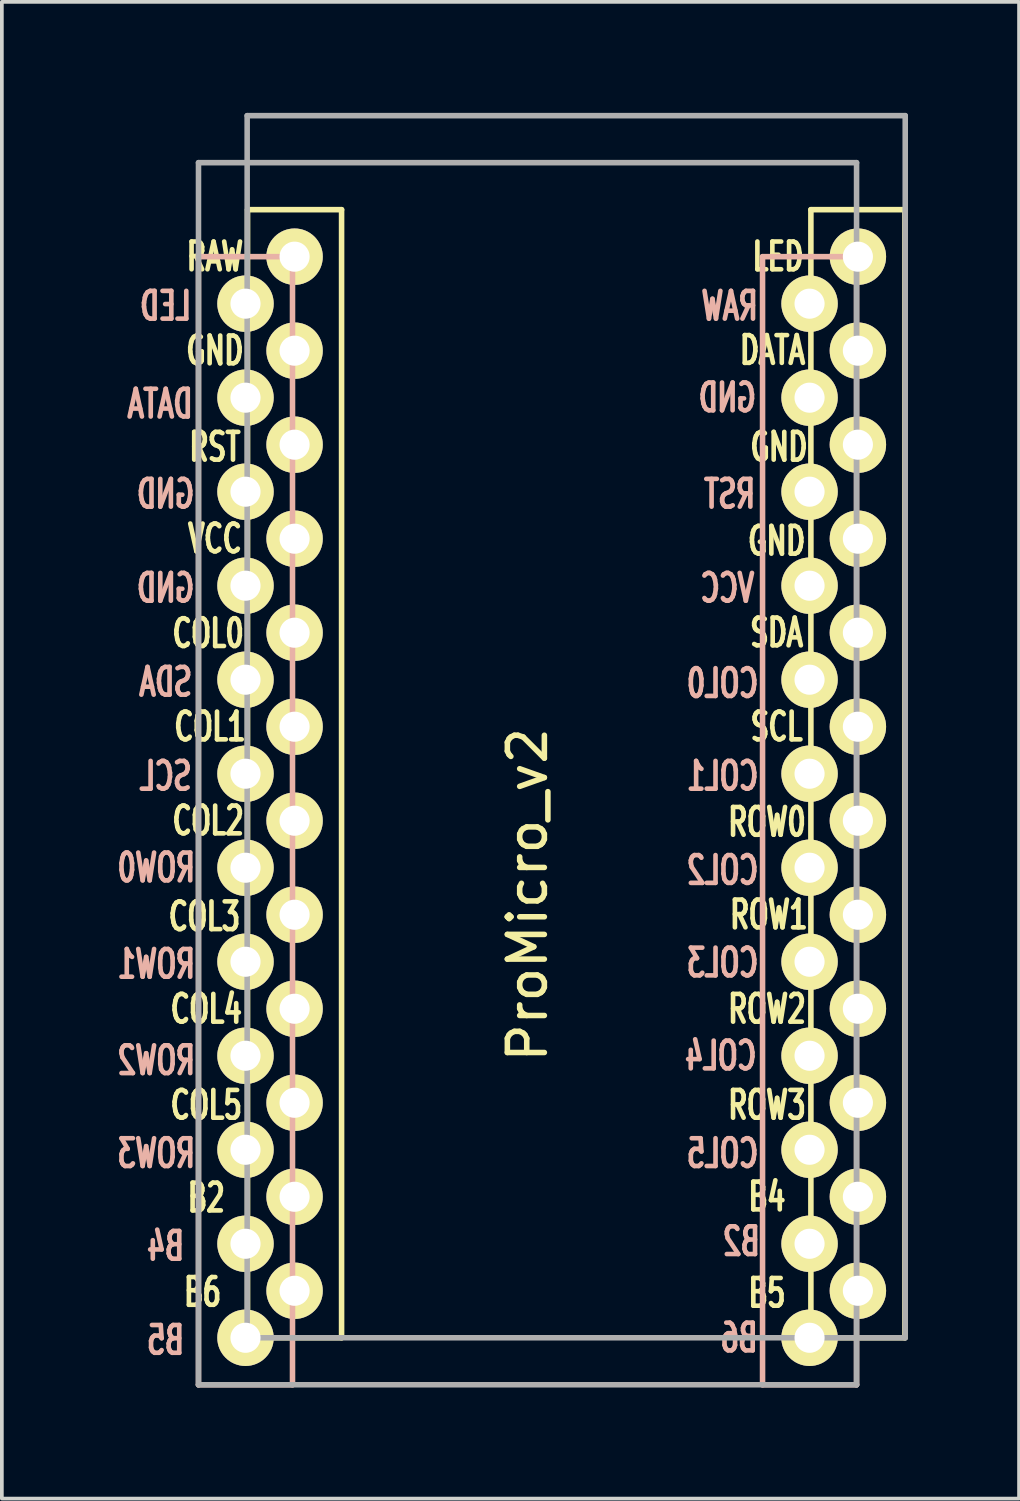
<source format=kicad_pcb>
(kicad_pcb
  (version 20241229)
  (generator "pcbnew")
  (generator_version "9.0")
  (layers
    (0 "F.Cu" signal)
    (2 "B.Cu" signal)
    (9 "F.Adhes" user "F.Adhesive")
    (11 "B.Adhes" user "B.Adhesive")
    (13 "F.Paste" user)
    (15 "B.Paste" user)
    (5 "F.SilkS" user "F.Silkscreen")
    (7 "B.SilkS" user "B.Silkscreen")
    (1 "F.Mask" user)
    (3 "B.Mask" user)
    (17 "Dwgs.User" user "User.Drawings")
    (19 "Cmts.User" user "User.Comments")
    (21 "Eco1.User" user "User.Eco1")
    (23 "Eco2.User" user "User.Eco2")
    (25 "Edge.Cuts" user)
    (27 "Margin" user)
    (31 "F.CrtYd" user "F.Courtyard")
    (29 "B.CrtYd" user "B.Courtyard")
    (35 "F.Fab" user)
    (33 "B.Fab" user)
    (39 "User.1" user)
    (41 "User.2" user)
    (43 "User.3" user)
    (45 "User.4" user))
  (footprint "ProMicro_v2"
    (layer "F.Cu")
    (at 12.473 18.363)
    (property "Reference" "ProMicro_v2" (at -1.27 2.762 270) (layer "F.SilkS") (effects (font (size 1 1) (thickness 0.15))))
    (attr through_hole)
    (fp_line (start -8.834 -15.748) (end -6.294 -15.748) (stroke (width 0.15) (type solid)) (layer "F.SilkS"))
    (fp_line (start -8.834 14.732) (end -8.834 -15.748) (stroke (width 0.15) (type solid)) (layer "F.SilkS"))
    (fp_line (start -6.294 -15.748) (end -6.294 14.732) (stroke (width 0.15) (type solid)) (layer "F.SilkS"))
    (fp_line (start -6.294 14.732) (end -8.834 14.732) (stroke (width 0.15) (type solid)) (layer "F.SilkS"))
    (fp_line (start 6.386 -15.748) (end 8.926 -15.748) (stroke (width 0.15) (type solid)) (layer "F.SilkS"))
    (fp_line (start 6.386 14.732) (end 6.386 -15.748) (stroke (width 0.15) (type solid)) (layer "F.SilkS"))
    (fp_line (start 8.926 -15.748) (end 8.926 14.732) (stroke (width 0.15) (type solid)) (layer "F.SilkS"))
    (fp_line (start 8.926 14.732) (end 6.386 14.732) (stroke (width 0.15) (type solid)) (layer "F.SilkS"))
    (fp_line (start -10.16 -14.478) (end -7.62 -14.478) (stroke (width 0.15) (type solid)) (layer "B.SilkS"))
    (fp_line (start -10.16 16.002) (end -10.16 -14.478) (stroke (width 0.15) (type solid)) (layer "B.SilkS"))
    (fp_line (start -7.62 -14.478) (end -7.62 16.002) (stroke (width 0.15) (type solid)) (layer "B.SilkS"))
    (fp_line (start -7.62 16.002) (end -10.16 16.002) (stroke (width 0.15) (type solid)) (layer "B.SilkS"))
    (fp_line (start 5.08 -14.478) (end 7.62 -14.478) (stroke (width 0.15) (type solid)) (layer "B.SilkS"))
    (fp_line (start 5.08 16.002) (end 5.08 -14.478) (stroke (width 0.15) (type solid)) (layer "B.SilkS"))
    (fp_line (start 7.62 -14.478) (end 7.62 16.002) (stroke (width 0.15) (type solid)) (layer "B.SilkS"))
    (fp_line (start 7.62 16.002) (end 5.08 16.002) (stroke (width 0.15) (type solid)) (layer "B.SilkS"))
    (fp_line (start -10.16 -17.018) (end 7.62 -17.018) (stroke (width 0.15) (type solid)) (layer "F.Fab"))
    (fp_line (start -10.16 16.002) (end -10.16 -17.018) (stroke (width 0.15) (type solid)) (layer "F.Fab"))
    (fp_line (start -8.845 -18.288) (end 8.935 -18.288) (stroke (width 0.15) (type solid)) (layer "F.Fab"))
    (fp_line (start -8.845 14.732) (end -8.845 -18.288) (stroke (width 0.15) (type solid)) (layer "F.Fab"))
    (fp_line (start 7.62 -17.018) (end 7.62 16.002) (stroke (width 0.15) (type solid)) (layer "F.Fab"))
    (fp_line (start 7.62 16.002) (end -10.16 16.002) (stroke (width 0.15) (type solid)) (layer "F.Fab"))
    (fp_line (start 8.935 -18.288) (end 8.935 14.732) (stroke (width 0.15) (type solid)) (layer "F.Fab"))
    (fp_line (start 8.935 14.732) (end -8.845 14.732) (stroke (width 0.15) (type solid)) (layer "F.Fab"))
    (fp_text user "SDA" (at 5.461 -4.318 0) (layer "F.SilkS") (effects (font (size 0.75 0.5) (thickness 0.125))))
    (fp_text user "ROW3" (at 5.2 8.445 0) (layer "F.SilkS") (effects (font (size 0.75 0.5) (thickness 0.125))))
    (fp_text user "COL4" (at -9.95 5.85 0) (layer "F.SilkS") (effects (font (size 0.75 0.5) (thickness 0.125))))
    (fp_text user "B5" (at 5.2 13.525 0) (layer "F.SilkS") (effects (font (size 0.75 0.5) (thickness 0.125))))
    (fp_text user "B6" (at -10.05 13.5 0) (layer "F.SilkS") (effects (font (size 0.75 0.5) (thickness 0.125))))
    (fp_text user "ROW2" (at 5.2 5.85 0) (layer "F.SilkS") (effects (font (size 0.75 0.5) (thickness 0.125))))
    (fp_text user "RST" (at -9.716 -9.335 0) (layer "F.SilkS") (effects (font (size 0.75 0.5) (thickness 0.125))))
    (fp_text user "COL5" (at -9.95 8.445 0) (layer "F.SilkS") (effects (font (size 0.75 0.5) (thickness 0.125))))
    (fp_text user "B2" (at -9.95 10.95 0) (layer "F.SilkS") (effects (font (size 0.75 0.5) (thickness 0.125))))
    (fp_text user "COL1" (at -9.85 -1.778 0) (layer "F.SilkS") (effects (font (size 0.75 0.5) (thickness 0.125))))
    (fp_text user "ROW1" (at 5.25 3.302 0) (layer "F.SilkS") (effects (font (size 0.75 0.5) (thickness 0.125))))
    (fp_text user "GND" (at 5.524 -9.335 0) (layer "F.SilkS") (effects (font (size 0.75 0.5) (thickness 0.125))))
    (fp_text user "B4" (at 5.2 10.922 0) (layer "F.SilkS") (effects (font (size 0.75 0.5) (thickness 0.125))))
    (fp_text user "RAW" (at -9.716 -14.478 0) (layer "F.SilkS") (effects (font (size 0.75 0.5) (thickness 0.125))))
    (fp_text user "DATA" (at 5.35 -11.95 0) (layer "F.SilkS") (effects (font (size 0.75 0.5) (thickness 0.125))))
    (fp_text user "COL3" (at -10 3.35 0) (layer "F.SilkS") (effects (font (size 0.75 0.5) (thickness 0.125))))
    (fp_text user "SCL" (at 5.461 -1.778 0) (layer "F.SilkS") (effects (font (size 0.75 0.5) (thickness 0.125))))
    (fp_text user "COL2" (at -9.9 0.762 0) (layer "F.SilkS") (effects (font (size 0.75 0.5) (thickness 0.125))))
    (fp_text user "VCC" (at -9.716 -6.858 0) (layer "F.SilkS") (effects (font (size 0.75 0.5) (thickness 0.125))))
    (fp_text user "GND" (at -9.716 -11.938 0) (layer "F.SilkS") (effects (font (size 0.75 0.5) (thickness 0.125))))
    (fp_text user "LED" (at 5.5 -14.478 0) (layer "F.SilkS") (effects (font (size 0.75 0.5) (thickness 0.125))))
    (fp_text user "ROW0" (at 5.2 0.8 0) (layer "F.SilkS") (effects (font (size 0.75 0.5) (thickness 0.125))))
    (fp_text user "COL0" (at -9.9 -4.3 0) (layer "F.SilkS") (effects (font (size 0.75 0.5) (thickness 0.125))))
    (fp_text user "" (at -0.5 -17.25 0) (layer "F.SilkS") (effects (font (size 1 1) (thickness 0.15))))
    (fp_text user "GND" (at 5.461 -6.795 0) (layer "F.SilkS") (effects (font (size 0.75 0.5) (thickness 0.125))))
    (fp_text user "COL5" (at 4 9.75 0) (layer "B.SilkS") (effects (font (size 0.75 0.5) (thickness 0.125)) (justify mirror)))
    (fp_text user "B6" (at 4.445 14.732 0) (layer "B.SilkS") (effects (font (size 0.75 0.5) (thickness 0.125)) (justify mirror)))
    (fp_text user "ROW2" (at -11.3 7.239 0) (layer "B.SilkS") (effects (font (size 0.75 0.5) (thickness 0.125)) (justify mirror)))
    (fp_text user "GND" (at -11.049 -5.524 0) (layer "B.SilkS") (effects (font (size 0.75 0.5) (thickness 0.125)) (justify mirror)))
    (fp_text user "RAW" (at 4.191 -13.145 0) (layer "B.SilkS") (effects (font (size 0.75 0.5) (thickness 0.125)) (justify mirror)))
    (fp_text user "VCC" (at 4.128 -5.524 0) (layer "B.SilkS") (effects (font (size 0.75 0.5) (thickness 0.125)) (justify mirror)))
    (fp_text user "COL0" (at 4 -2.95 0) (layer "B.SilkS") (effects (font (size 0.75 0.5) (thickness 0.125)) (justify mirror)))
    (fp_text user "GND" (at -11.049 -8.065 0) (layer "B.SilkS") (effects (font (size 0.75 0.5) (thickness 0.125)) (justify mirror)))
    (fp_text user "COL1" (at 4 -0.445 0) (layer "B.SilkS") (effects (font (size 0.75 0.5) (thickness 0.125)) (justify mirror)))
    (fp_text user "ROW3" (at -11.3 9.75 0) (layer "B.SilkS") (effects (font (size 0.75 0.5) (thickness 0.125)) (justify mirror)))
    (fp_text user "SCL" (at -11.049 -0.445 0) (layer "B.SilkS") (effects (font (size 0.75 0.5) (thickness 0.125)) (justify mirror)))
    (fp_text user "ROW0" (at -11.3 2.032 0) (layer "B.SilkS") (effects (font (size 0.75 0.5) (thickness 0.125)) (justify mirror)))
    (fp_text user "RST" (at 4.191 -8.065 0) (layer "B.SilkS") (effects (font (size 0.75 0.5) (thickness 0.125)) (justify mirror)))
    (fp_text user "SDA" (at -11.049 -2.985 0) (layer "B.SilkS") (effects (font (size 0.75 0.5) (thickness 0.125)) (justify mirror)))
    (fp_text user "COL4" (at 3.95 7.112 0) (layer "B.SilkS") (effects (font (size 0.75 0.5) (thickness 0.125)) (justify mirror)))
    (fp_text user "COL3" (at 4 4.6 0) (layer "B.SilkS") (effects (font (size 0.75 0.5) (thickness 0.125)) (justify mirror)))
    (fp_text user "B4" (at -11.049 12.255 0) (layer "B.SilkS") (effects (font (size 0.75 0.5) (thickness 0.125)) (justify mirror)))
    (fp_text user "B2" (at 4.508 12.129 0) (layer "B.SilkS") (effects (font (size 0.75 0.5) (thickness 0.125)) (justify mirror)))
    (fp_text user "LED" (at -11.049 -13.145 0) (layer "B.SilkS") (effects (font (size 0.75 0.5) (thickness 0.125)) (justify mirror)))
    (fp_text user "GND" (at 4.128 -10.668 0) (layer "B.SilkS") (effects (font (size 0.75 0.5) (thickness 0.125)) (justify mirror)))
    (fp_text user "ROW1" (at -11.3 4.636 0) (layer "B.SilkS") (effects (font (size 0.75 0.5) (thickness 0.125)) (justify mirror)))
    (fp_text user "COL2" (at 4 2.1 0) (layer "B.SilkS") (effects (font (size 0.75 0.5) (thickness 0.125)) (justify mirror)))
    (fp_text user "B5" (at -11.049 14.796 0) (layer "B.SilkS") (effects (font (size 0.75 0.5) (thickness 0.125)) (justify mirror)))
    (fp_text user "DATA" (at -11.2 -10.5 0) (layer "B.SilkS") (effects (font (size 0.75 0.5) (thickness 0.125)) (justify mirror)))
    (fp_text user "" (at -1.206 -16.256 0) (layer "B.SilkS") (effects (font (size 1 1) (thickness 0.15)) (justify mirror)))
    (pad "1" thru_hole circle (at -8.89 -13.208) (size 1.524 1.524) (drill 0.813) (layers "*.Cu" "*.Mask" "F.SilkS"))
    (pad "1" thru_hole circle (at 7.656 -14.478) (size 1.524 1.524) (drill 0.813) (layers "*.Cu" "*.Mask" "F.SilkS"))
    (pad "2" thru_hole circle (at -8.89 -10.668) (size 1.524 1.524) (drill 0.813) (layers "*.Cu" "*.Mask" "F.SilkS"))
    (pad "2" thru_hole circle (at 7.656 -11.938) (size 1.524 1.524) (drill 0.813) (layers "*.Cu" "*.Mask" "F.SilkS"))
    (pad "3" thru_hole circle (at -8.89 -8.128) (size 1.524 1.524) (drill 0.813) (layers "*.Cu" "*.Mask" "F.SilkS"))
    (pad "3" thru_hole circle (at 7.656 -9.398) (size 1.524 1.524) (drill 0.813) (layers "*.Cu" "*.Mask" "F.SilkS"))
    (pad "4" thru_hole circle (at -8.89 -5.588) (size 1.524 1.524) (drill 0.813) (layers "*.Cu" "*.Mask" "F.SilkS"))
    (pad "4" thru_hole circle (at 7.656 -6.858) (size 1.524 1.524) (drill 0.813) (layers "*.Cu" "*.Mask" "F.SilkS"))
    (pad "5" thru_hole circle (at -8.89 -3.048) (size 1.524 1.524) (drill 0.813) (layers "*.Cu" "*.Mask" "F.SilkS"))
    (pad "5" thru_hole circle (at 7.656 -4.318) (size 1.524 1.524) (drill 0.813) (layers "*.Cu" "*.Mask" "F.SilkS"))
    (pad "6" thru_hole circle (at -8.89 -0.508) (size 1.524 1.524) (drill 0.813) (layers "*.Cu" "*.Mask" "F.SilkS"))
    (pad "6" thru_hole circle (at 7.656 -1.778) (size 1.524 1.524) (drill 0.813) (layers "*.Cu" "*.Mask" "F.SilkS"))
    (pad "7" thru_hole circle (at -8.89 2.032) (size 1.524 1.524) (drill 0.813) (layers "*.Cu" "*.Mask" "F.SilkS"))
    (pad "7" thru_hole circle (at 7.656 0.762) (size 1.524 1.524) (drill 0.813) (layers "*.Cu" "*.Mask" "F.SilkS"))
    (pad "8" thru_hole circle (at -8.89 4.572) (size 1.524 1.524) (drill 0.813) (layers "*.Cu" "*.Mask" "F.SilkS"))
    (pad "8" thru_hole circle (at 7.656 3.302) (size 1.524 1.524) (drill 0.813) (layers "*.Cu" "*.Mask" "F.SilkS"))
    (pad "9" thru_hole circle (at -8.89 7.112) (size 1.524 1.524) (drill 0.813) (layers "*.Cu" "*.Mask" "F.SilkS"))
    (pad "9" thru_hole circle (at 7.656 5.842) (size 1.524 1.524) (drill 0.813) (layers "*.Cu" "*.Mask" "F.SilkS"))
    (pad "10" thru_hole circle (at -8.89 9.652) (size 1.524 1.524) (drill 0.813) (layers "*.Cu" "*.Mask" "F.SilkS"))
    (pad "10" thru_hole circle (at 7.656 8.382) (size 1.524 1.524) (drill 0.813) (layers "*.Cu" "*.Mask" "F.SilkS"))
    (pad "11" thru_hole circle (at -8.89 12.192) (size 1.524 1.524) (drill 0.813) (layers "*.Cu" "*.Mask" "F.SilkS"))
    (pad "11" thru_hole circle (at 7.656 10.922) (size 1.524 1.524) (drill 0.813) (layers "*.Cu" "*.Mask" "F.SilkS"))
    (pad "12" thru_hole circle (at -8.89 14.732) (size 1.524 1.524) (drill 0.813) (layers "*.Cu" "*.Mask" "F.SilkS"))
    (pad "12" thru_hole circle (at 7.656 13.462) (size 1.524 1.524) (drill 0.813) (layers "*.Cu" "*.Mask" "F.SilkS"))
    (pad "13" thru_hole circle (at -7.564 13.462) (size 1.524 1.524) (drill 0.813) (layers "*.Cu" "*.Mask" "F.SilkS"))
    (pad "13" thru_hole circle (at 6.35 14.732) (size 1.524 1.524) (drill 0.813) (layers "*.Cu" "*.Mask" "F.SilkS"))
    (pad "14" thru_hole circle (at -7.564 10.922) (size 1.524 1.524) (drill 0.813) (layers "*.Cu" "*.Mask" "F.SilkS"))
    (pad "14" thru_hole circle (at 6.35 12.192) (size 1.524 1.524) (drill 0.813) (layers "*.Cu" "*.Mask" "F.SilkS"))
    (pad "15" thru_hole circle (at -7.564 8.382) (size 1.524 1.524) (drill 0.813) (layers "*.Cu" "*.Mask" "F.SilkS"))
    (pad "15" thru_hole circle (at 6.35 9.652) (size 1.524 1.524) (drill 0.813) (layers "*.Cu" "*.Mask" "F.SilkS"))
    (pad "16" thru_hole circle (at -7.564 5.842) (size 1.524 1.524) (drill 0.813) (layers "*.Cu" "*.Mask" "F.SilkS"))
    (pad "16" thru_hole circle (at 6.35 7.112) (size 1.524 1.524) (drill 0.813) (layers "*.Cu" "*.Mask" "F.SilkS"))
    (pad "17" thru_hole circle (at -7.564 3.302) (size 1.524 1.524) (drill 0.813) (layers "*.Cu" "*.Mask" "F.SilkS"))
    (pad "17" thru_hole circle (at 6.35 4.572) (size 1.524 1.524) (drill 0.813) (layers "*.Cu" "*.Mask" "F.SilkS"))
    (pad "18" thru_hole circle (at -7.564 0.762) (size 1.524 1.524) (drill 0.813) (layers "*.Cu" "*.Mask" "F.SilkS"))
    (pad "18" thru_hole circle (at 6.35 2.032) (size 1.524 1.524) (drill 0.813) (layers "*.Cu" "*.Mask" "F.SilkS"))
    (pad "19" thru_hole circle (at -7.564 -1.778) (size 1.524 1.524) (drill 0.813) (layers "*.Cu" "*.Mask" "F.SilkS"))
    (pad "19" thru_hole circle (at 6.35 -0.508) (size 1.524 1.524) (drill 0.813) (layers "*.Cu" "*.Mask" "F.SilkS"))
    (pad "20" thru_hole circle (at -7.564 -4.318) (size 1.524 1.524) (drill 0.813) (layers "*.Cu" "*.Mask" "F.SilkS"))
    (pad "20" thru_hole circle (at 6.35 -3.048) (size 1.524 1.524) (drill 0.813) (layers "*.Cu" "*.Mask" "F.SilkS"))
    (pad "21" thru_hole circle (at -7.564 -6.858) (size 1.524 1.524) (drill 0.813) (layers "*.Cu" "*.Mask" "F.SilkS"))
    (pad "21" thru_hole circle (at 6.35 -5.588) (size 1.524 1.524) (drill 0.813) (layers "*.Cu" "*.Mask" "F.SilkS"))
    (pad "22" thru_hole circle (at -7.564 -9.398) (size 1.524 1.524) (drill 0.813) (layers "*.Cu" "*.Mask" "F.SilkS"))
    (pad "22" thru_hole circle (at 6.35 -8.128) (size 1.524 1.524) (drill 0.813) (layers "*.Cu" "*.Mask" "F.SilkS"))
    (pad "23" thru_hole circle (at -7.564 -11.938) (size 1.524 1.524) (drill 0.813) (layers "*.Cu" "*.Mask" "F.SilkS"))
    (pad "23" thru_hole circle (at 6.35 -10.668) (size 1.524 1.524) (drill 0.813) (layers "*.Cu" "*.Mask" "F.SilkS"))
    (pad "24" thru_hole circle (at -7.564 -14.478) (size 1.524 1.524) (drill 0.813) (layers "*.Cu" "*.Mask" "F.SilkS"))
    (pad "24" thru_hole circle (at 6.35 -13.208) (size 1.524 1.524) (drill 0.813) (layers "*.Cu" "*.Mask" "F.SilkS")))
  (gr_rect
    (start -3 -3)
    (end 24.483 37.44)
    (stroke (width 0.1) (type default))
    (fill no)
    (layer "Edge.Cuts")))
</source>
